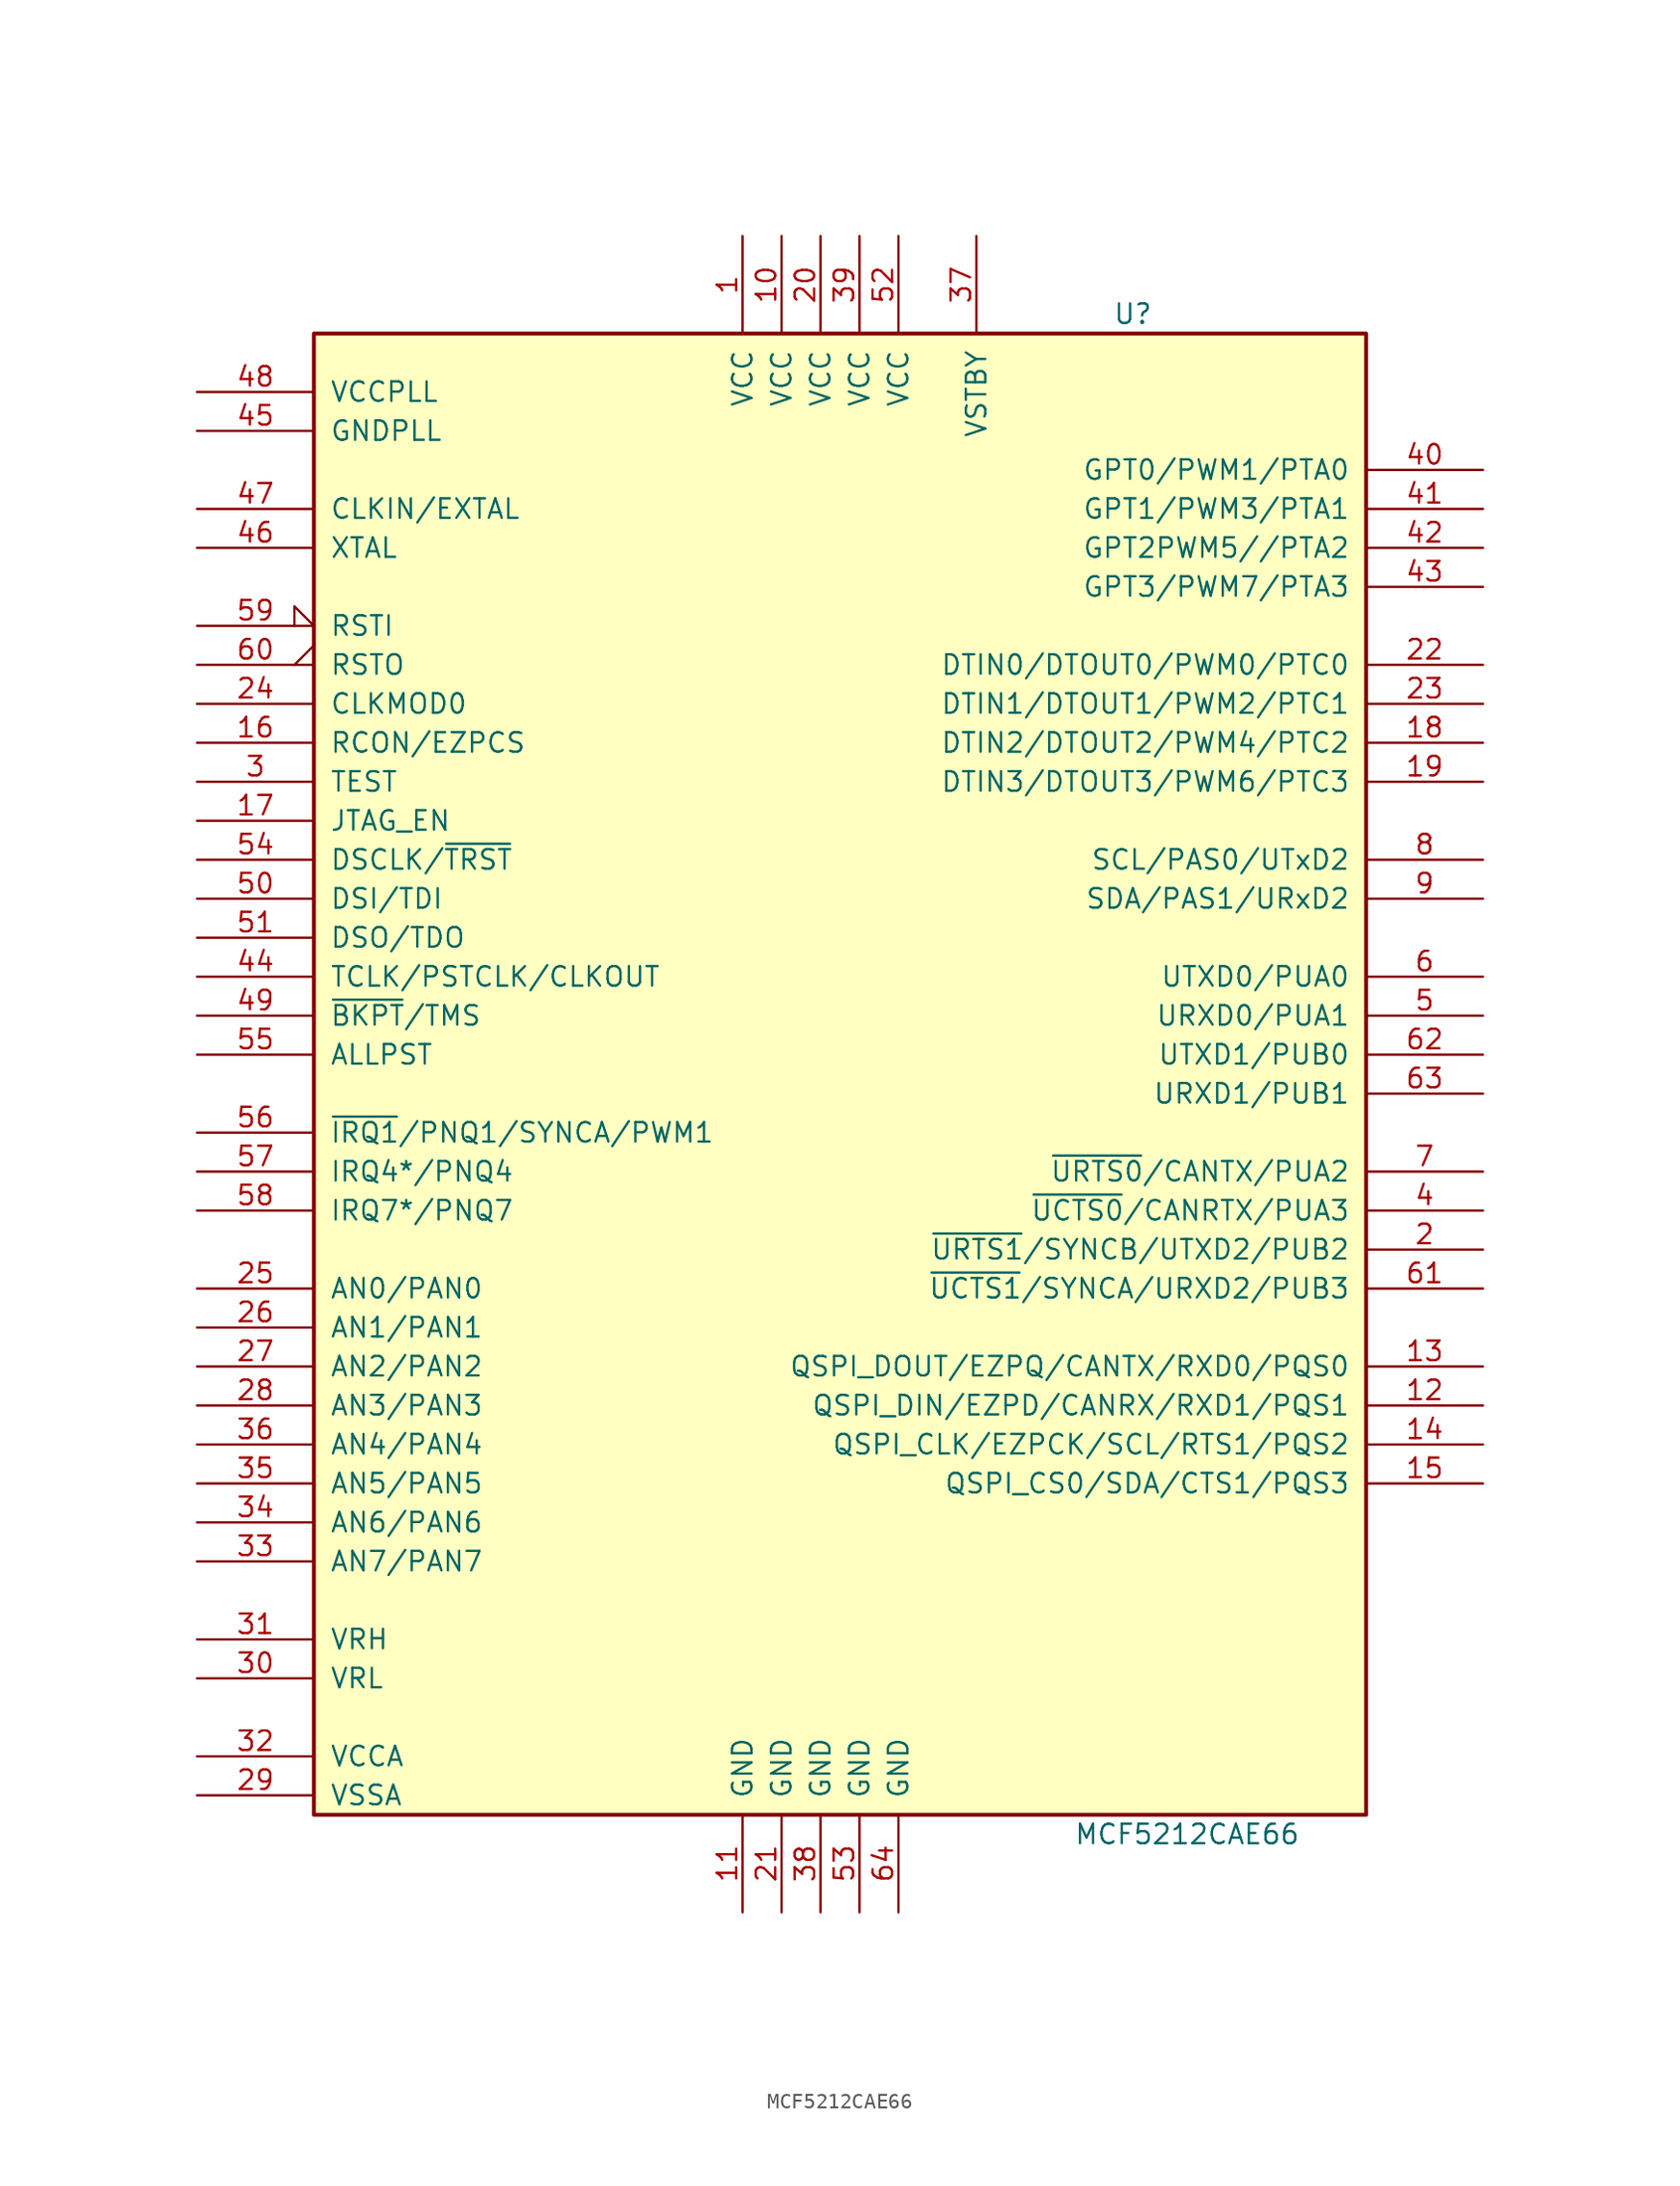
<source format=kicad_sym>
(kicad_symbol_lib
  (version 20211014)
  (generator kicad_symbol_editor)
  (symbol "MCF5212CAE66"
    (pin_names
      (offset 1.016))
    (property "Reference" "U"
      (at 19.05 50.8 0)
      (effects (font (size 1.27 1.27)) (justify left)))
    (property "Value" "MCF5212CAE66"
      (at 16.51 -48.26 0)
      (effects (font (size 1.27 1.27)) (justify left)))
    (symbol "MCF5212CAE66_0_1"
      (rectangle (start -33.02 49.53) (end 35.56 -46.99) (stroke (width 0.254) (type default) (color 0 0 0 0)) (fill (type background))))
    (symbol "MCF5212CAE66_1_1"
      (pin power_in line (at -5.08 55.88 270) (length 6.35) (name "VCC" (effects (font (size 1.27 1.27)))) (number "1" (effects (font (size 1.27 1.27)))))
      (pin power_in line (at -2.54 55.88 270) (length 6.35) (name "VCC" (effects (font (size 1.27 1.27)))) (number "10" (effects (font (size 1.27 1.27)))))
      (pin power_in line (at -5.08 -53.34 90) (length 6.35) (name "GND" (effects (font (size 1.27 1.27)))) (number "11" (effects (font (size 1.27 1.27)))))
      (pin bidirectional line (at 43.18 -20.32 180) (length 7.62) (name "QSPI_DIN/EZPD/CANRX/RXD1/PQS1" (effects (font (size 1.27 1.27)))) (number "12" (effects (font (size 1.27 1.27)))))
      (pin bidirectional line (at 43.18 -17.78 180) (length 7.62) (name "QSPI_DOUT/EZPQ/CANTX/RXD0/PQS0" (effects (font (size 1.27 1.27)))) (number "13" (effects (font (size 1.27 1.27)))))
      (pin bidirectional line (at 43.18 -22.86 180) (length 7.62) (name "QSPI_CLK/EZPCK/SCL/RTS1/PQS2" (effects (font (size 1.27 1.27)))) (number "14" (effects (font (size 1.27 1.27)))))
      (pin bidirectional line (at 43.18 -25.4 180) (length 7.62) (name "QSPI_CS0/SDA/CTS1/PQS3" (effects (font (size 1.27 1.27)))) (number "15" (effects (font (size 1.27 1.27)))))
      (pin input line (at -40.64 22.86 0) (length 7.62) (name "RCON/EZPCS" (effects (font (size 1.27 1.27)))) (number "16" (effects (font (size 1.27 1.27)))))
      (pin input line (at -40.64 17.78 0) (length 7.62) (name "JTAG_EN" (effects (font (size 1.27 1.27)))) (number "17" (effects (font (size 1.27 1.27)))))
      (pin bidirectional line (at 43.18 22.86 180) (length 7.62) (name "DTIN2/DTOUT2/PWM4/PTC2" (effects (font (size 1.27 1.27)))) (number "18" (effects (font (size 1.27 1.27)))))
      (pin bidirectional line (at 43.18 20.32 180) (length 7.62) (name "DTIN3/DTOUT3/PWM6/PTC3" (effects (font (size 1.27 1.27)))) (number "19" (effects (font (size 1.27 1.27)))))
      (pin bidirectional line (at 43.18 -10.16 180) (length 7.62) (name "~{URTS1}/SYNCB/UTXD2/PUB2" (effects (font (size 1.27 1.27)))) (number "2" (effects (font (size 1.27 1.27)))))
      (pin power_in line (at 0 55.88 270) (length 6.35) (name "VCC" (effects (font (size 1.27 1.27)))) (number "20" (effects (font (size 1.27 1.27)))))
      (pin power_in line (at -2.54 -53.34 90) (length 6.35) (name "GND" (effects (font (size 1.27 1.27)))) (number "21" (effects (font (size 1.27 1.27)))))
      (pin bidirectional line (at 43.18 27.94 180) (length 7.62) (name "DTIN0/DTOUT0/PWM0/PTC0" (effects (font (size 1.27 1.27)))) (number "22" (effects (font (size 1.27 1.27)))))
      (pin bidirectional line (at 43.18 25.4 180) (length 7.62) (name "DTIN1/DTOUT1/PWM2/PTC1" (effects (font (size 1.27 1.27)))) (number "23" (effects (font (size 1.27 1.27)))))
      (pin input line (at -40.64 25.4 0) (length 7.62) (name "CLKMOD0" (effects (font (size 1.27 1.27)))) (number "24" (effects (font (size 1.27 1.27)))))
      (pin bidirectional line (at -40.64 -12.7 0) (length 7.62) (name "AN0/PAN0" (effects (font (size 1.27 1.27)))) (number "25" (effects (font (size 1.27 1.27)))))
      (pin bidirectional line (at -40.64 -15.24 0) (length 7.62) (name "AN1/PAN1" (effects (font (size 1.27 1.27)))) (number "26" (effects (font (size 1.27 1.27)))))
      (pin bidirectional line (at -40.64 -17.78 0) (length 7.62) (name "AN2/PAN2" (effects (font (size 1.27 1.27)))) (number "27" (effects (font (size 1.27 1.27)))))
      (pin bidirectional line (at -40.64 -20.32 0) (length 7.62) (name "AN3/PAN3" (effects (font (size 1.27 1.27)))) (number "28" (effects (font (size 1.27 1.27)))))
      (pin input line (at -40.64 -45.72 0) (length 7.62) (name "VSSA" (effects (font (size 1.27 1.27)))) (number "29" (effects (font (size 1.27 1.27)))))
      (pin input line (at -40.64 20.32 0) (length 7.62) (name "TEST" (effects (font (size 1.27 1.27)))) (number "3" (effects (font (size 1.27 1.27)))))
      (pin input line (at -40.64 -38.1 0) (length 7.62) (name "VRL" (effects (font (size 1.27 1.27)))) (number "30" (effects (font (size 1.27 1.27)))))
      (pin input line (at -40.64 -35.56 0) (length 7.62) (name "VRH" (effects (font (size 1.27 1.27)))) (number "31" (effects (font (size 1.27 1.27)))))
      (pin input line (at -40.64 -43.18 0) (length 7.62) (name "VCCA" (effects (font (size 1.27 1.27)))) (number "32" (effects (font (size 1.27 1.27)))))
      (pin bidirectional line (at -40.64 -30.48 0) (length 7.62) (name "AN7/PAN7" (effects (font (size 1.27 1.27)))) (number "33" (effects (font (size 1.27 1.27)))))
      (pin bidirectional line (at -40.64 -27.94 0) (length 7.62) (name "AN6/PAN6" (effects (font (size 1.27 1.27)))) (number "34" (effects (font (size 1.27 1.27)))))
      (pin bidirectional line (at -40.64 -25.4 0) (length 7.62) (name "AN5/PAN5" (effects (font (size 1.27 1.27)))) (number "35" (effects (font (size 1.27 1.27)))))
      (pin bidirectional line (at -40.64 -22.86 0) (length 7.62) (name "AN4/PAN4" (effects (font (size 1.27 1.27)))) (number "36" (effects (font (size 1.27 1.27)))))
      (pin power_in line (at 10.16 55.88 270) (length 6.35) (name "VSTBY" (effects (font (size 1.27 1.27)))) (number "37" (effects (font (size 1.27 1.27)))))
      (pin power_in line (at 0 -53.34 90) (length 6.35) (name "GND" (effects (font (size 1.27 1.27)))) (number "38" (effects (font (size 1.27 1.27)))))
      (pin power_in line (at 2.54 55.88 270) (length 6.35) (name "VCC" (effects (font (size 1.27 1.27)))) (number "39" (effects (font (size 1.27 1.27)))))
      (pin bidirectional line (at 43.18 -7.62 180) (length 7.62) (name "~{UCTS0}/CANRTX/PUA3" (effects (font (size 1.27 1.27)))) (number "4" (effects (font (size 1.27 1.27)))))
      (pin bidirectional line (at 43.18 40.64 180) (length 7.62) (name "GPT0/PWM1/PTA0" (effects (font (size 1.27 1.27)))) (number "40" (effects (font (size 1.27 1.27)))))
      (pin bidirectional line (at 43.18 38.1 180) (length 7.62) (name "GPT1/PWM3/PTA1" (effects (font (size 1.27 1.27)))) (number "41" (effects (font (size 1.27 1.27)))))
      (pin bidirectional line (at 43.18 35.56 180) (length 7.62) (name "GPT2PWM5//PTA2" (effects (font (size 1.27 1.27)))) (number "42" (effects (font (size 1.27 1.27)))))
      (pin bidirectional line (at 43.18 33.02 180) (length 7.62) (name "GPT3/PWM7/PTA3" (effects (font (size 1.27 1.27)))) (number "43" (effects (font (size 1.27 1.27)))))
      (pin input line (at -40.64 7.62 0) (length 7.62) (name "TCLK/PSTCLK/CLKOUT" (effects (font (size 1.27 1.27)))) (number "44" (effects (font (size 1.27 1.27)))))
      (pin passive line (at -40.64 43.18 0) (length 7.62) (name "GNDPLL" (effects (font (size 1.27 1.27)))) (number "45" (effects (font (size 1.27 1.27)))))
      (pin output line (at -40.64 35.56 0) (length 7.62) (name "XTAL" (effects (font (size 1.27 1.27)))) (number "46" (effects (font (size 1.27 1.27)))))
      (pin input line (at -40.64 38.1 0) (length 7.62) (name "CLKIN/EXTAL" (effects (font (size 1.27 1.27)))) (number "47" (effects (font (size 1.27 1.27)))))
      (pin passive line (at -40.64 45.72 0) (length 7.62) (name "VCCPLL" (effects (font (size 1.27 1.27)))) (number "48" (effects (font (size 1.27 1.27)))))
      (pin input line (at -40.64 5.08 0) (length 7.62) (name "~{BKPT}/TMS" (effects (font (size 1.27 1.27)))) (number "49" (effects (font (size 1.27 1.27)))))
      (pin bidirectional line (at 43.18 5.08 180) (length 7.62) (name "URXD0/PUA1" (effects (font (size 1.27 1.27)))) (number "5" (effects (font (size 1.27 1.27)))))
      (pin input line (at -40.64 12.7 0) (length 7.62) (name "DSI/TDI" (effects (font (size 1.27 1.27)))) (number "50" (effects (font (size 1.27 1.27)))))
      (pin output line (at -40.64 10.16 0) (length 7.62) (name "DSO/TDO" (effects (font (size 1.27 1.27)))) (number "51" (effects (font (size 1.27 1.27)))))
      (pin power_in line (at 5.08 55.88 270) (length 6.35) (name "VCC" (effects (font (size 1.27 1.27)))) (number "52" (effects (font (size 1.27 1.27)))))
      (pin power_in line (at 2.54 -53.34 90) (length 6.35) (name "GND" (effects (font (size 1.27 1.27)))) (number "53" (effects (font (size 1.27 1.27)))))
      (pin input line (at -40.64 15.24 0) (length 7.62) (name "DSCLK/~{TRST}" (effects (font (size 1.27 1.27)))) (number "54" (effects (font (size 1.27 1.27)))))
      (pin output line (at -40.64 2.54 0) (length 7.62) (name "ALLPST" (effects (font (size 1.27 1.27)))) (number "55" (effects (font (size 1.27 1.27)))))
      (pin bidirectional line (at -40.64 -2.54 0) (length 7.62) (name "~{IRQ1}/PNQ1/SYNCA/PWM1" (effects (font (size 1.27 1.27)))) (number "56" (effects (font (size 1.27 1.27)))))
      (pin bidirectional line (at -40.64 -5.08 0) (length 7.62) (name "IRQ4*/PNQ4" (effects (font (size 1.27 1.27)))) (number "57" (effects (font (size 1.27 1.27)))))
      (pin bidirectional line (at -40.64 -7.62 0) (length 7.62) (name "IRQ7*/PNQ7" (effects (font (size 1.27 1.27)))) (number "58" (effects (font (size 1.27 1.27)))))
      (pin input input_low (at -40.64 30.48 0) (length 7.62) (name "RSTI" (effects (font (size 1.27 1.27)))) (number "59" (effects (font (size 1.27 1.27)))))
      (pin bidirectional line (at 43.18 7.62 180) (length 7.62) (name "UTXD0/PUA0" (effects (font (size 1.27 1.27)))) (number "6" (effects (font (size 1.27 1.27)))))
      (pin output output_low (at -40.64 27.94 0) (length 7.62) (name "RSTO" (effects (font (size 1.27 1.27)))) (number "60" (effects (font (size 1.27 1.27)))))
      (pin bidirectional line (at 43.18 -12.7 180) (length 7.62) (name "~{UCTS1}/SYNCA/URXD2/PUB3" (effects (font (size 1.27 1.27)))) (number "61" (effects (font (size 1.27 1.27)))))
      (pin bidirectional line (at 43.18 2.54 180) (length 7.62) (name "UTXD1/PUB0" (effects (font (size 1.27 1.27)))) (number "62" (effects (font (size 1.27 1.27)))))
      (pin bidirectional line (at 43.18 0 180) (length 7.62) (name "URXD1/PUB1" (effects (font (size 1.27 1.27)))) (number "63" (effects (font (size 1.27 1.27)))))
      (pin power_in line (at 5.08 -53.34 90) (length 6.35) (name "GND" (effects (font (size 1.27 1.27)))) (number "64" (effects (font (size 1.27 1.27)))))
      (pin bidirectional line (at 43.18 -5.08 180) (length 7.62) (name "~{URTS0}/CANTX/PUA2" (effects (font (size 1.27 1.27)))) (number "7" (effects (font (size 1.27 1.27)))))
      (pin bidirectional line (at 43.18 15.24 180) (length 7.62) (name "SCL/PAS0/UTxD2" (effects (font (size 1.27 1.27)))) (number "8" (effects (font (size 1.27 1.27)))))
      (pin bidirectional line (at 43.18 12.7 180) (length 7.62) (name "SDA/PAS1/URxD2" (effects (font (size 1.27 1.27)))) (number "9" (effects (font (size 1.27 1.27))))))))
</source>
